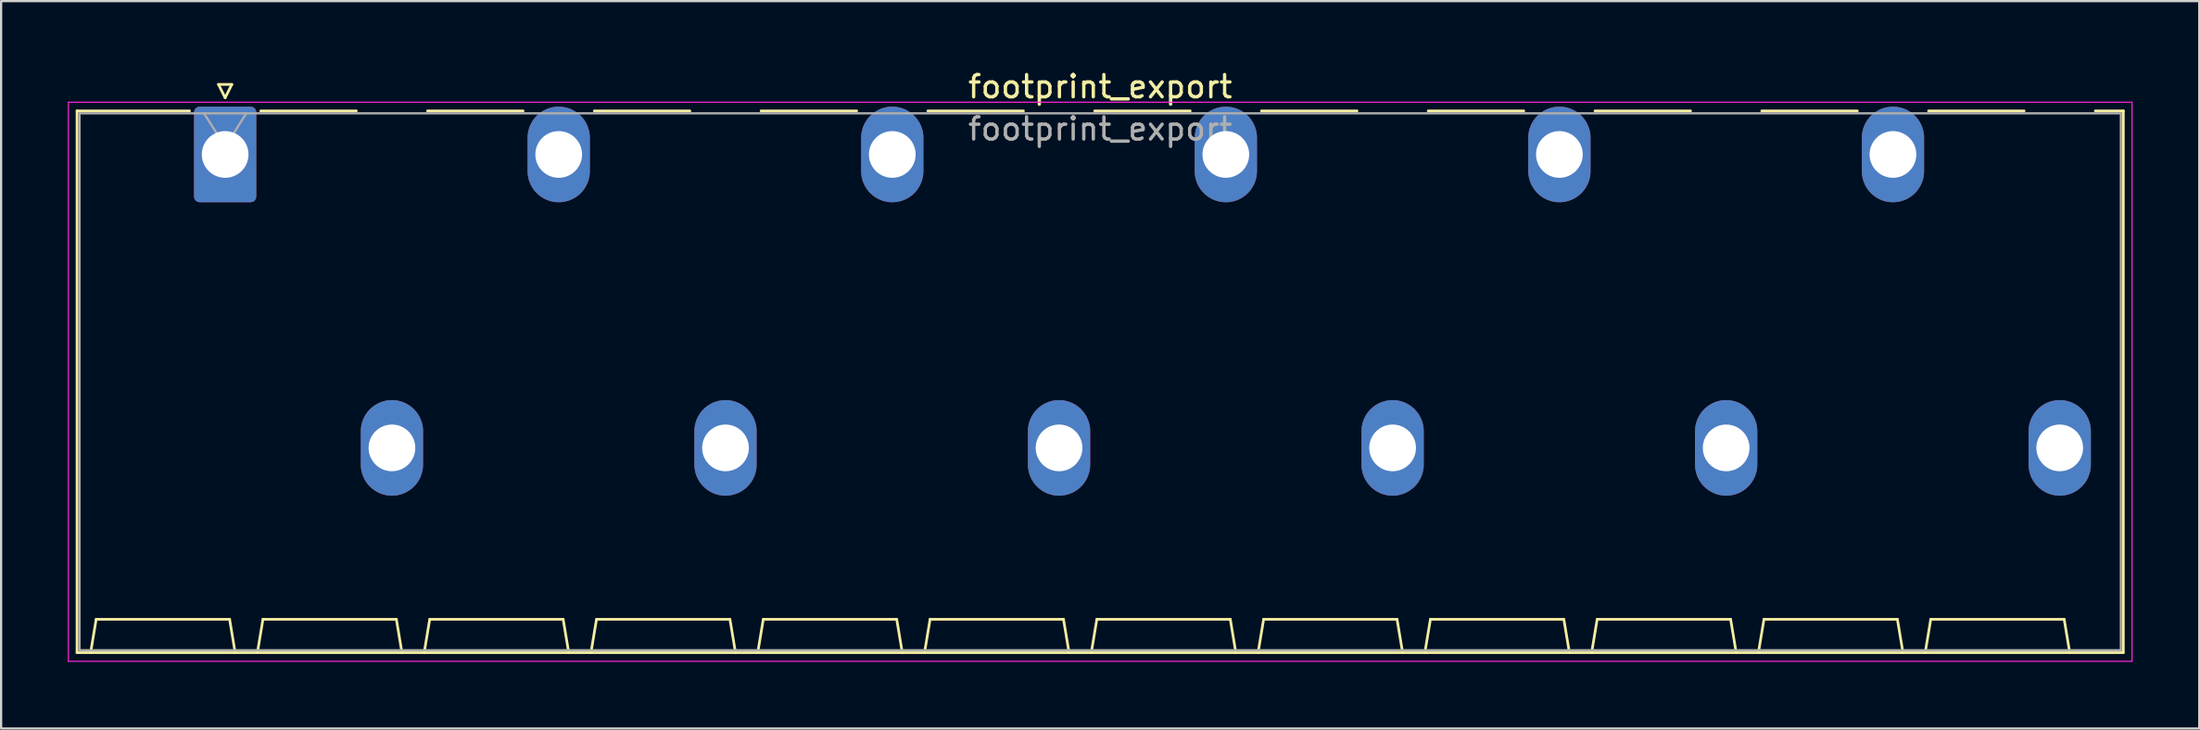
<source format=kicad_pcb>
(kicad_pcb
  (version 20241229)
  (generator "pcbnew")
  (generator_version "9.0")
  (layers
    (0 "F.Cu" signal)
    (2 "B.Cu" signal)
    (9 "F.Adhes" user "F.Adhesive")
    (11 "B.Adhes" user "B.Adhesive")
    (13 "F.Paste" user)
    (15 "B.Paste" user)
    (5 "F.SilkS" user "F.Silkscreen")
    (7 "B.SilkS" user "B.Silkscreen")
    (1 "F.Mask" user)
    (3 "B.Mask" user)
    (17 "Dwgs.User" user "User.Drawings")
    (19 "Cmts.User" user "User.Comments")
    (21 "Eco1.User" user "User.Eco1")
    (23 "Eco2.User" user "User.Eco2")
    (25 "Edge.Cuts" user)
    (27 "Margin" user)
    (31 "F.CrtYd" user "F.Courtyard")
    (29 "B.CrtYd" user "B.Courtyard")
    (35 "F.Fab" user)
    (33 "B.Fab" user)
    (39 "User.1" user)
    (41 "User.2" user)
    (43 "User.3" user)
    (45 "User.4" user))
  (footprint "footprint_export"
    (layer "F.Cu")
    (at 7.075 3.898)
    (property "Reference" "footprint_export" (at 39.35 -3.05 0) (layer "F.SilkS") (effects (font (size 1 1) (thickness 0.15))))
    (attr through_hole)
    (fp_line (start -6.66 -1.96) (end -1.6 -1.96) (stroke (width 0.12) (type solid)) (layer "F.SilkS"))
    (fp_line (start -6.66 22.41) (end -6.66 -1.96) (stroke (width 0.12) (type solid)) (layer "F.SilkS"))
    (fp_line (start -6.05 22.41) (end -5.8 20.91) (stroke (width 0.12) (type solid)) (layer "F.SilkS"))
    (fp_line (start -5.8 20.91) (end 0.2 20.91) (stroke (width 0.12) (type solid)) (layer "F.SilkS"))
    (fp_line (start -0.3 -3.15) (end 0 -2.55) (stroke (width 0.12) (type solid)) (layer "F.SilkS"))
    (fp_line (start -0.3 -3.15) (end 0.3 -3.15) (stroke (width 0.12) (type solid)) (layer "F.SilkS"))
    (fp_line (start 0.3 -3.15) (end 0 -2.55) (stroke (width 0.12) (type solid)) (layer "F.SilkS"))
    (fp_line (start 0.45 22.41) (end 0.2 20.91) (stroke (width 0.12) (type solid)) (layer "F.SilkS"))
    (fp_line (start 1.45 22.41) (end 1.7 20.91) (stroke (width 0.12) (type solid)) (layer "F.SilkS"))
    (fp_line (start 1.6 -1.96) (end 5.9 -1.96) (stroke (width 0.12) (type solid)) (layer "F.SilkS"))
    (fp_line (start 1.7 20.91) (end 7.7 20.91) (stroke (width 0.12) (type solid)) (layer "F.SilkS"))
    (fp_line (start 7.95 22.41) (end 7.7 20.91) (stroke (width 0.12) (type solid)) (layer "F.SilkS"))
    (fp_line (start 8.95 22.41) (end 9.2 20.91) (stroke (width 0.12) (type solid)) (layer "F.SilkS"))
    (fp_line (start 9.1 -1.96) (end 13.4 -1.96) (stroke (width 0.12) (type solid)) (layer "F.SilkS"))
    (fp_line (start 9.2 20.91) (end 15.2 20.91) (stroke (width 0.12) (type solid)) (layer "F.SilkS"))
    (fp_line (start 15.45 22.41) (end 15.2 20.91) (stroke (width 0.12) (type solid)) (layer "F.SilkS"))
    (fp_line (start 16.45 22.41) (end 16.7 20.91) (stroke (width 0.12) (type solid)) (layer "F.SilkS"))
    (fp_line (start 16.6 -1.96) (end 20.9 -1.96) (stroke (width 0.12) (type solid)) (layer "F.SilkS"))
    (fp_line (start 16.7 20.91) (end 22.7 20.91) (stroke (width 0.12) (type solid)) (layer "F.SilkS"))
    (fp_line (start 22.95 22.41) (end 22.7 20.91) (stroke (width 0.12) (type solid)) (layer "F.SilkS"))
    (fp_line (start 23.95 22.41) (end 24.2 20.91) (stroke (width 0.12) (type solid)) (layer "F.SilkS"))
    (fp_line (start 24.1 -1.96) (end 28.4 -1.96) (stroke (width 0.12) (type solid)) (layer "F.SilkS"))
    (fp_line (start 24.2 20.91) (end 30.2 20.91) (stroke (width 0.12) (type solid)) (layer "F.SilkS"))
    (fp_line (start 30.45 22.41) (end 30.2 20.91) (stroke (width 0.12) (type solid)) (layer "F.SilkS"))
    (fp_line (start 31.45 22.41) (end 31.7 20.91) (stroke (width 0.12) (type solid)) (layer "F.SilkS"))
    (fp_line (start 31.6 -1.96) (end 35.9 -1.96) (stroke (width 0.12) (type solid)) (layer "F.SilkS"))
    (fp_line (start 31.7 20.91) (end 37.7 20.91) (stroke (width 0.12) (type solid)) (layer "F.SilkS"))
    (fp_line (start 37.95 22.41) (end 37.7 20.91) (stroke (width 0.12) (type solid)) (layer "F.SilkS"))
    (fp_line (start 38.95 22.41) (end 39.2 20.91) (stroke (width 0.12) (type solid)) (layer "F.SilkS"))
    (fp_line (start 39.1 -1.96) (end 43.4 -1.96) (stroke (width 0.12) (type solid)) (layer "F.SilkS"))
    (fp_line (start 39.2 20.91) (end 45.2 20.91) (stroke (width 0.12) (type solid)) (layer "F.SilkS"))
    (fp_line (start 45.45 22.41) (end 45.2 20.91) (stroke (width 0.12) (type solid)) (layer "F.SilkS"))
    (fp_line (start 46.45 22.41) (end 46.7 20.91) (stroke (width 0.12) (type solid)) (layer "F.SilkS"))
    (fp_line (start 46.6 -1.96) (end 50.9 -1.96) (stroke (width 0.12) (type solid)) (layer "F.SilkS"))
    (fp_line (start 46.7 20.91) (end 52.7 20.91) (stroke (width 0.12) (type solid)) (layer "F.SilkS"))
    (fp_line (start 52.95 22.41) (end 52.7 20.91) (stroke (width 0.12) (type solid)) (layer "F.SilkS"))
    (fp_line (start 53.95 22.41) (end 54.2 20.91) (stroke (width 0.12) (type solid)) (layer "F.SilkS"))
    (fp_line (start 54.1 -1.96) (end 58.4 -1.96) (stroke (width 0.12) (type solid)) (layer "F.SilkS"))
    (fp_line (start 54.2 20.91) (end 60.2 20.91) (stroke (width 0.12) (type solid)) (layer "F.SilkS"))
    (fp_line (start 60.45 22.41) (end 60.2 20.91) (stroke (width 0.12) (type solid)) (layer "F.SilkS"))
    (fp_line (start 61.45 22.41) (end 61.7 20.91) (stroke (width 0.12) (type solid)) (layer "F.SilkS"))
    (fp_line (start 61.6 -1.96) (end 65.9 -1.96) (stroke (width 0.12) (type solid)) (layer "F.SilkS"))
    (fp_line (start 61.7 20.91) (end 67.7 20.91) (stroke (width 0.12) (type solid)) (layer "F.SilkS"))
    (fp_line (start 67.95 22.41) (end 67.7 20.91) (stroke (width 0.12) (type solid)) (layer "F.SilkS"))
    (fp_line (start 68.95 22.41) (end 69.2 20.91) (stroke (width 0.12) (type solid)) (layer "F.SilkS"))
    (fp_line (start 69.1 -1.96) (end 73.4 -1.96) (stroke (width 0.12) (type solid)) (layer "F.SilkS"))
    (fp_line (start 69.2 20.91) (end 75.2 20.91) (stroke (width 0.12) (type solid)) (layer "F.SilkS"))
    (fp_line (start 75.45 22.41) (end 75.2 20.91) (stroke (width 0.12) (type solid)) (layer "F.SilkS"))
    (fp_line (start 76.45 22.41) (end 76.7 20.91) (stroke (width 0.12) (type solid)) (layer "F.SilkS"))
    (fp_line (start 76.6 -1.96) (end 80.9 -1.96) (stroke (width 0.12) (type solid)) (layer "F.SilkS"))
    (fp_line (start 76.7 20.91) (end 82.7 20.91) (stroke (width 0.12) (type solid)) (layer "F.SilkS"))
    (fp_line (start 82.95 22.41) (end 82.7 20.91) (stroke (width 0.12) (type solid)) (layer "F.SilkS"))
    (fp_line (start 84.1 -1.96) (end 85.36 -1.96) (stroke (width 0.12) (type solid)) (layer "F.SilkS"))
    (fp_line (start 85.36 -1.96) (end 85.36 22.41) (stroke (width 0.12) (type solid)) (layer "F.SilkS"))
    (fp_line (start 85.36 22.41) (end -6.66 22.41) (stroke (width 0.12) (type solid)) (layer "F.SilkS"))
    (fp_line (start -7.05 -2.35) (end -7.05 22.8) (stroke (width 0.05) (type solid)) (layer "F.CrtYd"))
    (fp_line (start -7.05 22.8) (end 85.75 22.8) (stroke (width 0.05) (type solid)) (layer "F.CrtYd"))
    (fp_line (start 85.75 -2.35) (end -7.05 -2.35) (stroke (width 0.05) (type solid)) (layer "F.CrtYd"))
    (fp_line (start 85.75 22.8) (end 85.75 -2.35) (stroke (width 0.05) (type solid)) (layer "F.CrtYd"))
    (fp_line (start -6.55 -1.85) (end -6.55 22.3) (stroke (width 0.1) (type solid)) (layer "F.Fab"))
    (fp_line (start -6.55 22.3) (end 85.25 22.3) (stroke (width 0.1) (type solid)) (layer "F.Fab"))
    (fp_line (start -0.95 -1.85) (end 0 -0.35) (stroke (width 0.1) (type solid)) (layer "F.Fab"))
    (fp_line (start 0.95 -1.85) (end 0 -0.35) (stroke (width 0.1) (type solid)) (layer "F.Fab"))
    (fp_line (start 85.25 -1.85) (end -6.55 -1.85) (stroke (width 0.1) (type solid)) (layer "F.Fab"))
    (fp_line (start 85.25 22.3) (end 85.25 -1.85) (stroke (width 0.1) (type solid)) (layer "F.Fab"))
    (fp_text user "${REFERENCE}" (at 39.35 -1.15 0) (layer "F.Fab") (effects (font (size 1 1) (thickness 0.15))))
    (pad "1" thru_hole roundrect (at 0 0) (size 2.8 4.3) (drill 2.1) (layers "*.Cu" "*.Mask") (roundrect_rratio 0.089))
    (pad "2" thru_hole oval (at 7.5 13.2) (size 2.8 4.3) (drill 2.1) (layers "*.Cu" "*.Mask"))
    (pad "3" thru_hole oval (at 15 0) (size 2.8 4.3) (drill 2.1) (layers "*.Cu" "*.Mask"))
    (pad "4" thru_hole oval (at 22.5 13.2) (size 2.8 4.3) (drill 2.1) (layers "*.Cu" "*.Mask"))
    (pad "5" thru_hole oval (at 30 0) (size 2.8 4.3) (drill 2.1) (layers "*.Cu" "*.Mask"))
    (pad "6" thru_hole oval (at 37.5 13.2) (size 2.8 4.3) (drill 2.1) (layers "*.Cu" "*.Mask"))
    (pad "7" thru_hole oval (at 45 0) (size 2.8 4.3) (drill 2.1) (layers "*.Cu" "*.Mask"))
    (pad "8" thru_hole oval (at 52.5 13.2) (size 2.8 4.3) (drill 2.1) (layers "*.Cu" "*.Mask"))
    (pad "9" thru_hole oval (at 60 0) (size 2.8 4.3) (drill 2.1) (layers "*.Cu" "*.Mask"))
    (pad "10" thru_hole oval (at 67.5 13.2) (size 2.8 4.3) (drill 2.1) (layers "*.Cu" "*.Mask"))
    (pad "11" thru_hole oval (at 75 0) (size 2.8 4.3) (drill 2.1) (layers "*.Cu" "*.Mask"))
    (pad "12" thru_hole oval (at 82.5 13.2) (size 2.8 4.3) (drill 2.1) (layers "*.Cu" "*.Mask")))
  (gr_rect
    (start -3 -3)
    (end 95.85 29.723)
    (stroke (width 0.1) (type default))
    (fill no)
    (layer "Edge.Cuts")))
</source>
